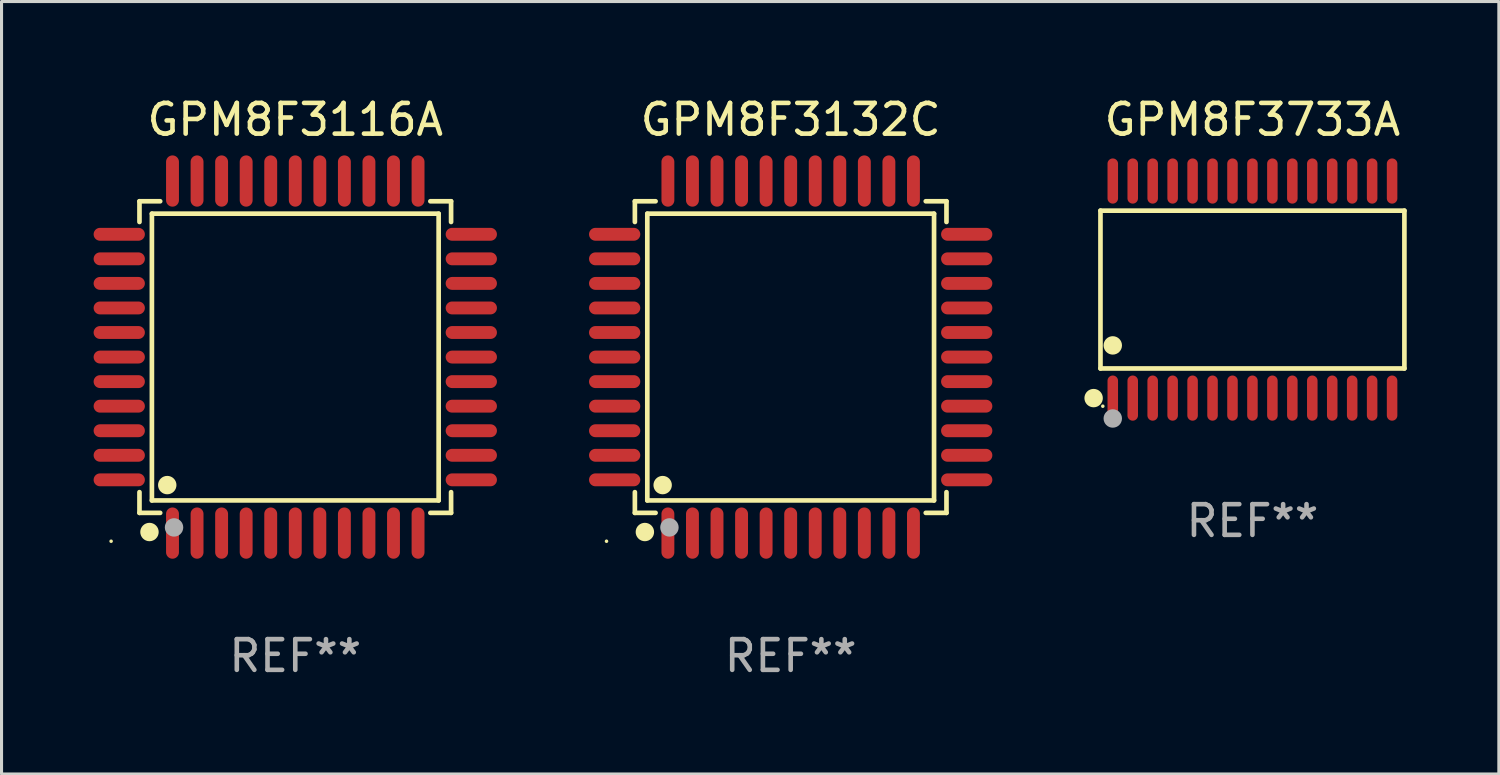
<source format=kicad_pcb>
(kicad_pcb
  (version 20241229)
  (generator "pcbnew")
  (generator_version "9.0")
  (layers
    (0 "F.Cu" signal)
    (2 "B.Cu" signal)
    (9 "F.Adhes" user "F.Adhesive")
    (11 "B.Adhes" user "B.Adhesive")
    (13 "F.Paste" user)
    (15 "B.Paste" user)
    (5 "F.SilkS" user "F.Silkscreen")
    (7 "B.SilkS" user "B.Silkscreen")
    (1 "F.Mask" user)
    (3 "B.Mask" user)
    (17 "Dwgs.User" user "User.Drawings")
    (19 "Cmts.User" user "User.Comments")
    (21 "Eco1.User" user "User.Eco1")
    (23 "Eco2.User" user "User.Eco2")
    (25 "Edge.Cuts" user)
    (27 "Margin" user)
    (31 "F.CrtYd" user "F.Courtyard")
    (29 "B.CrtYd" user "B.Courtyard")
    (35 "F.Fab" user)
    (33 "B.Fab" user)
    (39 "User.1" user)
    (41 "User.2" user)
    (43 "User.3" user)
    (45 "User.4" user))
  (footprint "GPM8F3132C"
    (layer "F.Cu")
    (at 22.71 8.583)
    (property "Reference" "GPM8F3132C" (at 0 -7.735 0) (layer "F.SilkS") (effects (font (size 1 1) (thickness 0.15))))
    (attr through_hole)
    (fp_line (start -5.076 -5.076) (end -4.401 -5.076) (stroke (width 0.152) (type solid)) (layer "F.SilkS"))
    (fp_line (start -5.076 -4.401) (end -5.076 -5.076) (stroke (width 0.152) (type solid)) (layer "F.SilkS"))
    (fp_line (start -5.076 4.401) (end -5.076 5.076) (stroke (width 0.152) (type solid)) (layer "F.SilkS"))
    (fp_line (start -5.076 5.076) (end -4.401 5.076) (stroke (width 0.152) (type solid)) (layer "F.SilkS"))
    (fp_line (start -4.671 -4.671) (end 4.671 -4.671) (stroke (width 0.152) (type solid)) (layer "F.SilkS"))
    (fp_line (start -4.671 4.671) (end -4.671 -4.671) (stroke (width 0.152) (type solid)) (layer "F.SilkS"))
    (fp_line (start 4.671 -4.671) (end 4.671 4.671) (stroke (width 0.152) (type solid)) (layer "F.SilkS"))
    (fp_line (start 4.671 4.671) (end -4.671 4.671) (stroke (width 0.152) (type solid)) (layer "F.SilkS"))
    (fp_line (start 5.076 -5.076) (end 4.401 -5.076) (stroke (width 0.152) (type solid)) (layer "F.SilkS"))
    (fp_line (start 5.076 -4.401) (end 5.076 -5.076) (stroke (width 0.152) (type solid)) (layer "F.SilkS"))
    (fp_line (start 5.076 4.401) (end 5.076 5.076) (stroke (width 0.152) (type solid)) (layer "F.SilkS"))
    (fp_line (start 5.076 5.076) (end 4.401 5.076) (stroke (width 0.152) (type solid)) (layer "F.SilkS"))
    (fp_circle (center -6 6) (end -5.97 6) (stroke (width 0.06) (type solid)) (fill no) (layer "F.SilkS"))
    (fp_circle (center -4.75 5.7) (end -4.6 5.7) (stroke (width 0.3) (type solid)) (fill no) (layer "F.SilkS"))
    (fp_circle (center -4.171 4.171) (end -4.021 4.171) (stroke (width 0.3) (type solid)) (fill no) (layer "F.SilkS"))
    (fp_circle (center -3.95 5.55) (end -3.8 5.55) (stroke (width 0.3) (type solid)) (fill no) (layer "F.Fab"))
    (fp_text user "REF**" (at 0 9.735 0) (layer "F.Fab") (effects (font (size 1 1) (thickness 0.15))))
    (pad "1" smd oval (at -4 5.735) (size 0.42 1.67) (layers "F.Cu" "F.Mask" "F.Paste"))
    (pad "2" smd oval (at -3.2 5.735) (size 0.42 1.67) (layers "F.Cu" "F.Mask" "F.Paste"))
    (pad "3" smd oval (at -2.4 5.735) (size 0.42 1.67) (layers "F.Cu" "F.Mask" "F.Paste"))
    (pad "4" smd oval (at -1.6 5.735) (size 0.42 1.67) (layers "F.Cu" "F.Mask" "F.Paste"))
    (pad "5" smd oval (at -0.8 5.735) (size 0.42 1.67) (layers "F.Cu" "F.Mask" "F.Paste"))
    (pad "6" smd oval (at 0 5.735) (size 0.42 1.67) (layers "F.Cu" "F.Mask" "F.Paste"))
    (pad "7" smd oval (at 0.8 5.735) (size 0.42 1.67) (layers "F.Cu" "F.Mask" "F.Paste"))
    (pad "8" smd oval (at 1.6 5.735) (size 0.42 1.67) (layers "F.Cu" "F.Mask" "F.Paste"))
    (pad "9" smd oval (at 2.4 5.735) (size 0.42 1.67) (layers "F.Cu" "F.Mask" "F.Paste"))
    (pad "10" smd oval (at 3.2 5.735) (size 0.42 1.67) (layers "F.Cu" "F.Mask" "F.Paste"))
    (pad "11" smd oval (at 4 5.735) (size 0.42 1.67) (layers "F.Cu" "F.Mask" "F.Paste"))
    (pad "12" smd oval (at 5.735 4) (size 1.67 0.42) (layers "F.Cu" "F.Mask" "F.Paste"))
    (pad "13" smd oval (at 5.735 3.2) (size 1.67 0.42) (layers "F.Cu" "F.Mask" "F.Paste"))
    (pad "14" smd oval (at 5.735 2.4) (size 1.67 0.42) (layers "F.Cu" "F.Mask" "F.Paste"))
    (pad "15" smd oval (at 5.735 1.6) (size 1.67 0.42) (layers "F.Cu" "F.Mask" "F.Paste"))
    (pad "16" smd oval (at 5.735 0.8) (size 1.67 0.42) (layers "F.Cu" "F.Mask" "F.Paste"))
    (pad "17" smd oval (at 5.735 0) (size 1.67 0.42) (layers "F.Cu" "F.Mask" "F.Paste"))
    (pad "18" smd oval (at 5.735 -0.8) (size 1.67 0.42) (layers "F.Cu" "F.Mask" "F.Paste"))
    (pad "19" smd oval (at 5.735 -1.6) (size 1.67 0.42) (layers "F.Cu" "F.Mask" "F.Paste"))
    (pad "20" smd oval (at 5.735 -2.4) (size 1.67 0.42) (layers "F.Cu" "F.Mask" "F.Paste"))
    (pad "21" smd oval (at 5.735 -3.2) (size 1.67 0.42) (layers "F.Cu" "F.Mask" "F.Paste"))
    (pad "22" smd oval (at 5.735 -4) (size 1.67 0.42) (layers "F.Cu" "F.Mask" "F.Paste"))
    (pad "23" smd oval (at 4 -5.735) (size 0.42 1.67) (layers "F.Cu" "F.Mask" "F.Paste"))
    (pad "24" smd oval (at 3.2 -5.735) (size 0.42 1.67) (layers "F.Cu" "F.Mask" "F.Paste"))
    (pad "25" smd oval (at 2.4 -5.735) (size 0.42 1.67) (layers "F.Cu" "F.Mask" "F.Paste"))
    (pad "26" smd oval (at 1.6 -5.735) (size 0.42 1.67) (layers "F.Cu" "F.Mask" "F.Paste"))
    (pad "27" smd oval (at 0.8 -5.735) (size 0.42 1.67) (layers "F.Cu" "F.Mask" "F.Paste"))
    (pad "28" smd oval (at 0 -5.735) (size 0.42 1.67) (layers "F.Cu" "F.Mask" "F.Paste"))
    (pad "29" smd oval (at -0.8 -5.735) (size 0.42 1.67) (layers "F.Cu" "F.Mask" "F.Paste"))
    (pad "30" smd oval (at -1.6 -5.735) (size 0.42 1.67) (layers "F.Cu" "F.Mask" "F.Paste"))
    (pad "31" smd oval (at -2.4 -5.735) (size 0.42 1.67) (layers "F.Cu" "F.Mask" "F.Paste"))
    (pad "32" smd oval (at -3.2 -5.735) (size 0.42 1.67) (layers "F.Cu" "F.Mask" "F.Paste"))
    (pad "33" smd oval (at -4 -5.735) (size 0.42 1.67) (layers "F.Cu" "F.Mask" "F.Paste"))
    (pad "34" smd oval (at -5.735 -4) (size 1.67 0.42) (layers "F.Cu" "F.Mask" "F.Paste"))
    (pad "35" smd oval (at -5.735 -3.2) (size 1.67 0.42) (layers "F.Cu" "F.Mask" "F.Paste"))
    (pad "36" smd oval (at -5.735 -2.4) (size 1.67 0.42) (layers "F.Cu" "F.Mask" "F.Paste"))
    (pad "37" smd oval (at -5.735 -1.6) (size 1.67 0.42) (layers "F.Cu" "F.Mask" "F.Paste"))
    (pad "38" smd oval (at -5.735 -0.8) (size 1.67 0.42) (layers "F.Cu" "F.Mask" "F.Paste"))
    (pad "39" smd oval (at -5.735 0) (size 1.67 0.42) (layers "F.Cu" "F.Mask" "F.Paste"))
    (pad "40" smd oval (at -5.735 0.8) (size 1.67 0.42) (layers "F.Cu" "F.Mask" "F.Paste"))
    (pad "41" smd oval (at -5.735 1.6) (size 1.67 0.42) (layers "F.Cu" "F.Mask" "F.Paste"))
    (pad "42" smd oval (at -5.735 2.4) (size 1.67 0.42) (layers "F.Cu" "F.Mask" "F.Paste"))
    (pad "43" smd oval (at -5.735 3.2) (size 1.67 0.42) (layers "F.Cu" "F.Mask" "F.Paste"))
    (pad "44" smd oval (at -5.735 4) (size 1.67 0.42) (layers "F.Cu" "F.Mask" "F.Paste")))
  (footprint "GPM8F3116A"
    (layer "F.Cu")
    (at 6.57 8.583)
    (property "Reference" "GPM8F3116A" (at 0 -7.735 0) (layer "F.SilkS") (effects (font (size 1 1) (thickness 0.15))))
    (attr through_hole)
    (fp_line (start -5.076 -5.076) (end -4.401 -5.076) (stroke (width 0.152) (type solid)) (layer "F.SilkS"))
    (fp_line (start -5.076 -4.401) (end -5.076 -5.076) (stroke (width 0.152) (type solid)) (layer "F.SilkS"))
    (fp_line (start -5.076 4.401) (end -5.076 5.076) (stroke (width 0.152) (type solid)) (layer "F.SilkS"))
    (fp_line (start -5.076 5.076) (end -4.401 5.076) (stroke (width 0.152) (type solid)) (layer "F.SilkS"))
    (fp_line (start -4.671 -4.671) (end 4.671 -4.671) (stroke (width 0.152) (type solid)) (layer "F.SilkS"))
    (fp_line (start -4.671 4.671) (end -4.671 -4.671) (stroke (width 0.152) (type solid)) (layer "F.SilkS"))
    (fp_line (start 4.671 -4.671) (end 4.671 4.671) (stroke (width 0.152) (type solid)) (layer "F.SilkS"))
    (fp_line (start 4.671 4.671) (end -4.671 4.671) (stroke (width 0.152) (type solid)) (layer "F.SilkS"))
    (fp_line (start 5.076 -5.076) (end 4.401 -5.076) (stroke (width 0.152) (type solid)) (layer "F.SilkS"))
    (fp_line (start 5.076 -4.401) (end 5.076 -5.076) (stroke (width 0.152) (type solid)) (layer "F.SilkS"))
    (fp_line (start 5.076 4.401) (end 5.076 5.076) (stroke (width 0.152) (type solid)) (layer "F.SilkS"))
    (fp_line (start 5.076 5.076) (end 4.401 5.076) (stroke (width 0.152) (type solid)) (layer "F.SilkS"))
    (fp_circle (center -6 6) (end -5.97 6) (stroke (width 0.06) (type solid)) (fill no) (layer "F.SilkS"))
    (fp_circle (center -4.75 5.7) (end -4.6 5.7) (stroke (width 0.3) (type solid)) (fill no) (layer "F.SilkS"))
    (fp_circle (center -4.171 4.171) (end -4.021 4.171) (stroke (width 0.3) (type solid)) (fill no) (layer "F.SilkS"))
    (fp_circle (center -3.95 5.55) (end -3.8 5.55) (stroke (width 0.3) (type solid)) (fill no) (layer "F.Fab"))
    (fp_text user "REF**" (at 0 9.735 0) (layer "F.Fab") (effects (font (size 1 1) (thickness 0.15))))
    (pad "1" smd oval (at -4 5.735) (size 0.42 1.67) (layers "F.Cu" "F.Mask" "F.Paste"))
    (pad "2" smd oval (at -3.2 5.735) (size 0.42 1.67) (layers "F.Cu" "F.Mask" "F.Paste"))
    (pad "3" smd oval (at -2.4 5.735) (size 0.42 1.67) (layers "F.Cu" "F.Mask" "F.Paste"))
    (pad "4" smd oval (at -1.6 5.735) (size 0.42 1.67) (layers "F.Cu" "F.Mask" "F.Paste"))
    (pad "5" smd oval (at -0.8 5.735) (size 0.42 1.67) (layers "F.Cu" "F.Mask" "F.Paste"))
    (pad "6" smd oval (at 0 5.735) (size 0.42 1.67) (layers "F.Cu" "F.Mask" "F.Paste"))
    (pad "7" smd oval (at 0.8 5.735) (size 0.42 1.67) (layers "F.Cu" "F.Mask" "F.Paste"))
    (pad "8" smd oval (at 1.6 5.735) (size 0.42 1.67) (layers "F.Cu" "F.Mask" "F.Paste"))
    (pad "9" smd oval (at 2.4 5.735) (size 0.42 1.67) (layers "F.Cu" "F.Mask" "F.Paste"))
    (pad "10" smd oval (at 3.2 5.735) (size 0.42 1.67) (layers "F.Cu" "F.Mask" "F.Paste"))
    (pad "11" smd oval (at 4 5.735) (size 0.42 1.67) (layers "F.Cu" "F.Mask" "F.Paste"))
    (pad "12" smd oval (at 5.735 4) (size 1.67 0.42) (layers "F.Cu" "F.Mask" "F.Paste"))
    (pad "13" smd oval (at 5.735 3.2) (size 1.67 0.42) (layers "F.Cu" "F.Mask" "F.Paste"))
    (pad "14" smd oval (at 5.735 2.4) (size 1.67 0.42) (layers "F.Cu" "F.Mask" "F.Paste"))
    (pad "15" smd oval (at 5.735 1.6) (size 1.67 0.42) (layers "F.Cu" "F.Mask" "F.Paste"))
    (pad "16" smd oval (at 5.735 0.8) (size 1.67 0.42) (layers "F.Cu" "F.Mask" "F.Paste"))
    (pad "17" smd oval (at 5.735 0) (size 1.67 0.42) (layers "F.Cu" "F.Mask" "F.Paste"))
    (pad "18" smd oval (at 5.735 -0.8) (size 1.67 0.42) (layers "F.Cu" "F.Mask" "F.Paste"))
    (pad "19" smd oval (at 5.735 -1.6) (size 1.67 0.42) (layers "F.Cu" "F.Mask" "F.Paste"))
    (pad "20" smd oval (at 5.735 -2.4) (size 1.67 0.42) (layers "F.Cu" "F.Mask" "F.Paste"))
    (pad "21" smd oval (at 5.735 -3.2) (size 1.67 0.42) (layers "F.Cu" "F.Mask" "F.Paste"))
    (pad "22" smd oval (at 5.735 -4) (size 1.67 0.42) (layers "F.Cu" "F.Mask" "F.Paste"))
    (pad "23" smd oval (at 4 -5.735) (size 0.42 1.67) (layers "F.Cu" "F.Mask" "F.Paste"))
    (pad "24" smd oval (at 3.2 -5.735) (size 0.42 1.67) (layers "F.Cu" "F.Mask" "F.Paste"))
    (pad "25" smd oval (at 2.4 -5.735) (size 0.42 1.67) (layers "F.Cu" "F.Mask" "F.Paste"))
    (pad "26" smd oval (at 1.6 -5.735) (size 0.42 1.67) (layers "F.Cu" "F.Mask" "F.Paste"))
    (pad "27" smd oval (at 0.8 -5.735) (size 0.42 1.67) (layers "F.Cu" "F.Mask" "F.Paste"))
    (pad "28" smd oval (at 0 -5.735) (size 0.42 1.67) (layers "F.Cu" "F.Mask" "F.Paste"))
    (pad "29" smd oval (at -0.8 -5.735) (size 0.42 1.67) (layers "F.Cu" "F.Mask" "F.Paste"))
    (pad "30" smd oval (at -1.6 -5.735) (size 0.42 1.67) (layers "F.Cu" "F.Mask" "F.Paste"))
    (pad "31" smd oval (at -2.4 -5.735) (size 0.42 1.67) (layers "F.Cu" "F.Mask" "F.Paste"))
    (pad "32" smd oval (at -3.2 -5.735) (size 0.42 1.67) (layers "F.Cu" "F.Mask" "F.Paste"))
    (pad "33" smd oval (at -4 -5.735) (size 0.42 1.67) (layers "F.Cu" "F.Mask" "F.Paste"))
    (pad "34" smd oval (at -5.735 -4) (size 1.67 0.42) (layers "F.Cu" "F.Mask" "F.Paste"))
    (pad "35" smd oval (at -5.735 -3.2) (size 1.67 0.42) (layers "F.Cu" "F.Mask" "F.Paste"))
    (pad "36" smd oval (at -5.735 -2.4) (size 1.67 0.42) (layers "F.Cu" "F.Mask" "F.Paste"))
    (pad "37" smd oval (at -5.735 -1.6) (size 1.67 0.42) (layers "F.Cu" "F.Mask" "F.Paste"))
    (pad "38" smd oval (at -5.735 -0.8) (size 1.67 0.42) (layers "F.Cu" "F.Mask" "F.Paste"))
    (pad "39" smd oval (at -5.735 0) (size 1.67 0.42) (layers "F.Cu" "F.Mask" "F.Paste"))
    (pad "40" smd oval (at -5.735 0.8) (size 1.67 0.42) (layers "F.Cu" "F.Mask" "F.Paste"))
    (pad "41" smd oval (at -5.735 1.6) (size 1.67 0.42) (layers "F.Cu" "F.Mask" "F.Paste"))
    (pad "42" smd oval (at -5.735 2.4) (size 1.67 0.42) (layers "F.Cu" "F.Mask" "F.Paste"))
    (pad "43" smd oval (at -5.735 3.2) (size 1.67 0.42) (layers "F.Cu" "F.Mask" "F.Paste"))
    (pad "44" smd oval (at -5.735 4) (size 1.67 0.42) (layers "F.Cu" "F.Mask" "F.Paste")))
  (footprint "GPM8F3733A"
    (layer "F.Cu")
    (at 37.754 6.384)
    (property "Reference" "GPM8F3733A" (at 0 -5.536 0) (layer "F.SilkS") (effects (font (size 1 1) (thickness 0.15))))
    (attr through_hole)
    (fp_line (start -4.951 -2.571) (end 4.951 -2.571) (stroke (width 0.152) (type solid)) (layer "F.SilkS"))
    (fp_line (start -4.951 2.571) (end -4.951 -2.571) (stroke (width 0.152) (type solid)) (layer "F.SilkS"))
    (fp_line (start 4.951 -2.571) (end 4.951 2.571) (stroke (width 0.152) (type solid)) (layer "F.SilkS"))
    (fp_line (start 4.951 2.571) (end -4.951 2.571) (stroke (width 0.152) (type solid)) (layer "F.SilkS"))
    (fp_circle (center -5.174 3.536) (end -5.024 3.536) (stroke (width 0.3) (type solid)) (fill no) (layer "F.SilkS"))
    (fp_circle (center -4.875 3.8) (end -4.845 3.8) (stroke (width 0.06) (type solid)) (fill no) (layer "F.SilkS"))
    (fp_circle (center -4.55 1.819) (end -4.4 1.819) (stroke (width 0.3) (type solid)) (fill no) (layer "F.SilkS"))
    (fp_circle (center -4.55 4.2) (end -4.4 4.2) (stroke (width 0.3) (type solid)) (fill no) (layer "F.Fab"))
    (fp_text user "REF**" (at 0 7.536 0) (layer "F.Fab") (effects (font (size 1 1) (thickness 0.15))))
    (pad "1" smd oval (at -4.55 3.536) (size 0.343 1.472) (layers "F.Cu" "F.Mask" "F.Paste"))
    (pad "2" smd oval (at -3.9 3.536) (size 0.343 1.472) (layers "F.Cu" "F.Mask" "F.Paste"))
    (pad "3" smd oval (at -3.25 3.536) (size 0.343 1.472) (layers "F.Cu" "F.Mask" "F.Paste"))
    (pad "4" smd oval (at -2.6 3.536) (size 0.343 1.472) (layers "F.Cu" "F.Mask" "F.Paste"))
    (pad "5" smd oval (at -1.95 3.536) (size 0.343 1.472) (layers "F.Cu" "F.Mask" "F.Paste"))
    (pad "6" smd oval (at -1.3 3.536) (size 0.343 1.472) (layers "F.Cu" "F.Mask" "F.Paste"))
    (pad "7" smd oval (at -0.65 3.536) (size 0.343 1.472) (layers "F.Cu" "F.Mask" "F.Paste"))
    (pad "8" smd oval (at 0 3.536) (size 0.343 1.472) (layers "F.Cu" "F.Mask" "F.Paste"))
    (pad "9" smd oval (at 0.65 3.536) (size 0.343 1.472) (layers "F.Cu" "F.Mask" "F.Paste"))
    (pad "10" smd oval (at 1.3 3.536) (size 0.343 1.472) (layers "F.Cu" "F.Mask" "F.Paste"))
    (pad "11" smd oval (at 1.95 3.536) (size 0.343 1.472) (layers "F.Cu" "F.Mask" "F.Paste"))
    (pad "12" smd oval (at 2.6 3.536) (size 0.343 1.472) (layers "F.Cu" "F.Mask" "F.Paste"))
    (pad "13" smd oval (at 3.25 3.536) (size 0.343 1.472) (layers "F.Cu" "F.Mask" "F.Paste"))
    (pad "14" smd oval (at 3.9 3.536) (size 0.343 1.472) (layers "F.Cu" "F.Mask" "F.Paste"))
    (pad "15" smd oval (at 4.55 3.536) (size 0.343 1.472) (layers "F.Cu" "F.Mask" "F.Paste"))
    (pad "16" smd oval (at 4.55 -3.536) (size 0.343 1.472) (layers "F.Cu" "F.Mask" "F.Paste"))
    (pad "17" smd oval (at 3.9 -3.536) (size 0.343 1.472) (layers "F.Cu" "F.Mask" "F.Paste"))
    (pad "18" smd oval (at 3.25 -3.536) (size 0.343 1.472) (layers "F.Cu" "F.Mask" "F.Paste"))
    (pad "19" smd oval (at 2.6 -3.536) (size 0.343 1.472) (layers "F.Cu" "F.Mask" "F.Paste"))
    (pad "20" smd oval (at 1.95 -3.536) (size 0.343 1.472) (layers "F.Cu" "F.Mask" "F.Paste"))
    (pad "21" smd oval (at 1.3 -3.536) (size 0.343 1.472) (layers "F.Cu" "F.Mask" "F.Paste"))
    (pad "22" smd oval (at 0.65 -3.536) (size 0.343 1.472) (layers "F.Cu" "F.Mask" "F.Paste"))
    (pad "23" smd oval (at 0 -3.536) (size 0.343 1.472) (layers "F.Cu" "F.Mask" "F.Paste"))
    (pad "24" smd oval (at -0.65 -3.536) (size 0.343 1.472) (layers "F.Cu" "F.Mask" "F.Paste"))
    (pad "25" smd oval (at -1.3 -3.536) (size 0.343 1.472) (layers "F.Cu" "F.Mask" "F.Paste"))
    (pad "26" smd oval (at -1.95 -3.536) (size 0.343 1.472) (layers "F.Cu" "F.Mask" "F.Paste"))
    (pad "27" smd oval (at -2.6 -3.536) (size 0.343 1.472) (layers "F.Cu" "F.Mask" "F.Paste"))
    (pad "28" smd oval (at -3.25 -3.536) (size 0.343 1.472) (layers "F.Cu" "F.Mask" "F.Paste"))
    (pad "29" smd oval (at -3.9 -3.536) (size 0.343 1.472) (layers "F.Cu" "F.Mask" "F.Paste"))
    (pad "30" smd oval (at -4.55 -3.536) (size 0.343 1.472) (layers "F.Cu" "F.Mask" "F.Paste")))
  (gr_rect
    (start -3 -3)
    (end 45.782 22.167)
    (stroke (width 0.1) (type default))
    (fill no)
    (layer "Edge.Cuts")))
</source>
